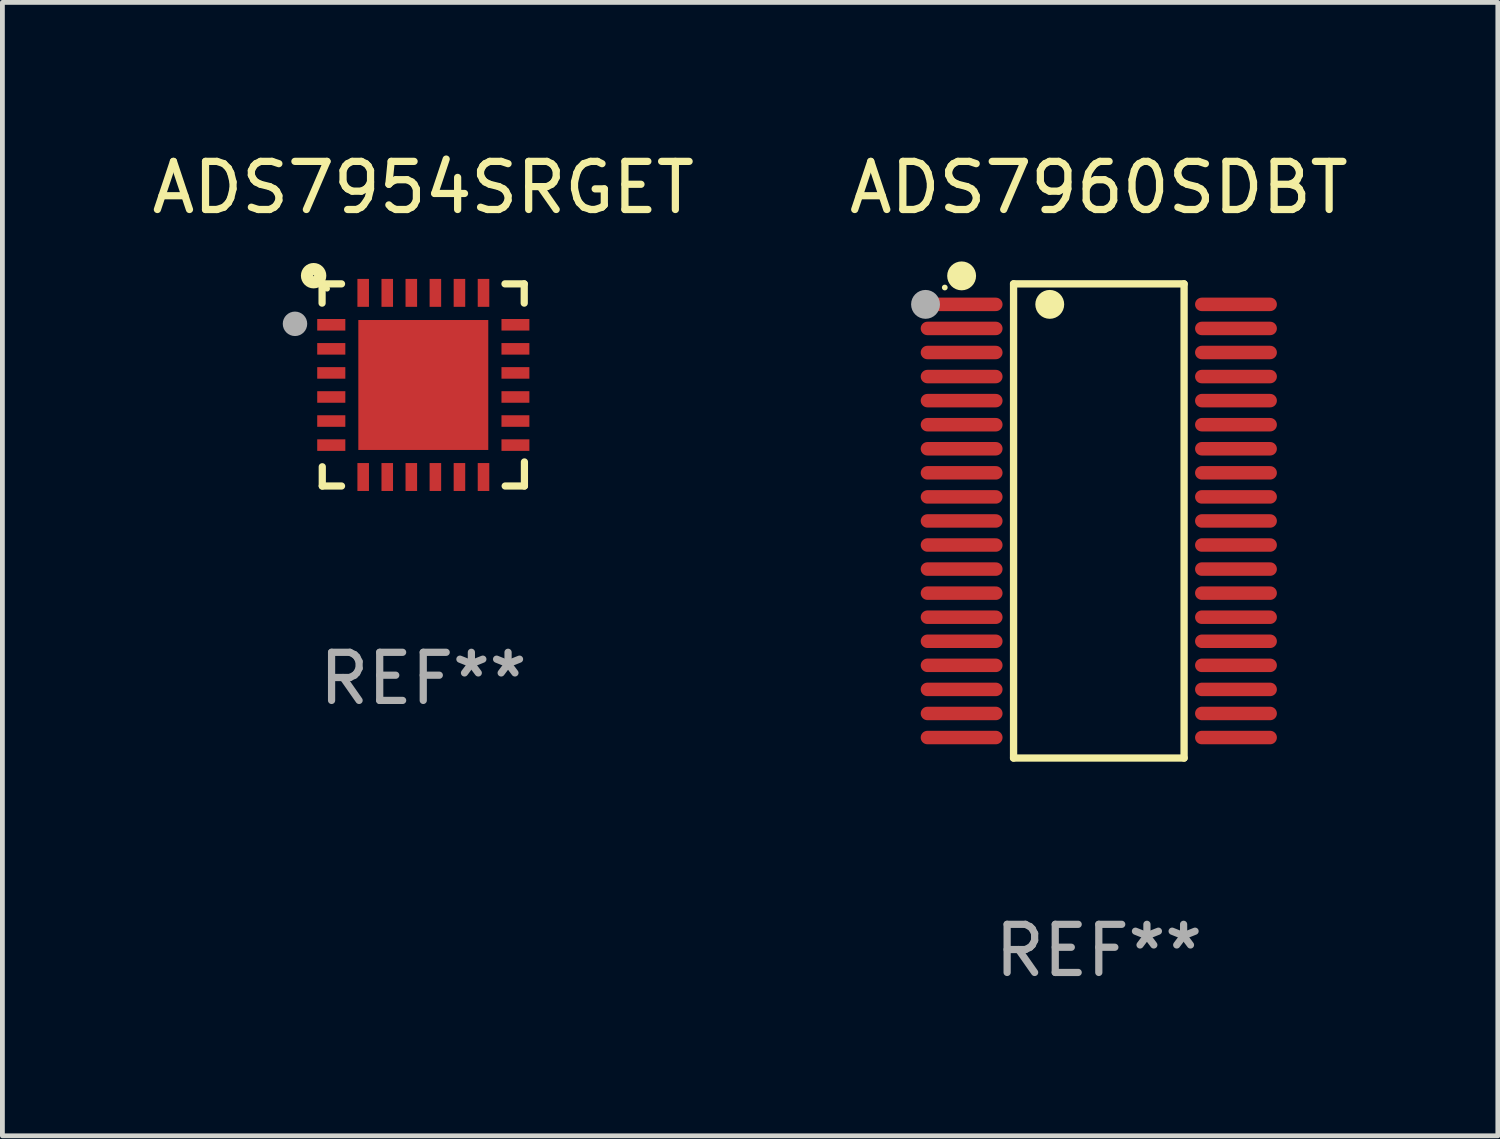
<source format=kicad_pcb>
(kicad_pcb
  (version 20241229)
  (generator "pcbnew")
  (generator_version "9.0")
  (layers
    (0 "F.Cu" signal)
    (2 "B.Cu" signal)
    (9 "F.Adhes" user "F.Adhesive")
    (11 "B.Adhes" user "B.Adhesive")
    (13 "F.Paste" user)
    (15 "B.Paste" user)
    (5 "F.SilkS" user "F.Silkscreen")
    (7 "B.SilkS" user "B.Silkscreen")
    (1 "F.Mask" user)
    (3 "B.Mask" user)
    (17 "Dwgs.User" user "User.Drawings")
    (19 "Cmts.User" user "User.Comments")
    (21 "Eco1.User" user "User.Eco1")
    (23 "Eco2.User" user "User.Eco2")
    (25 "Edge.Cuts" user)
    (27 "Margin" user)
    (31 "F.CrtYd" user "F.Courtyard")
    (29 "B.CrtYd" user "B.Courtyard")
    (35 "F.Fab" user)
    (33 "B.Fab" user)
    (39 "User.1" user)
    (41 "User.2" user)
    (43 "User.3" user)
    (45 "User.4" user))
  (footprint "ADS7954SRGET"
    (layer "F.Cu")
    (at 5.744 4.948)
    (property "Reference" "ADS7954SRGET" (at 0 -4.1 0) (layer "F.SilkS") (effects (font (size 1 1) (thickness 0.15))))
    (attr through_hole)
    (fp_line (start -2.102 -2.1) (end -1.698 -2.1) (stroke (width 0.15) (type solid)) (layer "F.SilkS"))
    (fp_line (start -2.102 -1.7) (end -2.102 -2.1) (stroke (width 0.15) (type solid)) (layer "F.SilkS"))
    (fp_line (start -2.098 1.7) (end -2.098 2.1) (stroke (width 0.15) (type solid)) (layer "F.SilkS"))
    (fp_line (start -2.098 2.1) (end -1.698 2.1) (stroke (width 0.15) (type solid)) (layer "F.SilkS"))
    (fp_line (start 1.698 -2.1) (end 2.098 -2.1) (stroke (width 0.15) (type solid)) (layer "F.SilkS"))
    (fp_line (start 2.098 -2.1) (end 2.098 -1.7) (stroke (width 0.15) (type solid)) (layer "F.SilkS"))
    (fp_line (start 2.102 1.6) (end 2.102 2.1) (stroke (width 0.15) (type solid)) (layer "F.SilkS"))
    (fp_line (start 2.102 2.1) (end 1.702 2.1) (stroke (width 0.15) (type solid)) (layer "F.SilkS"))
    (fp_circle (center -2.278 -2.27) (end -2.268 -2.27) (stroke (width 0.254) (type solid)) (fill no) (layer "F.SilkS"))
    (fp_circle (center -1.998 -2) (end -1.968 -2) (stroke (width 0.06) (type solid)) (fill no) (layer "F.SilkS"))
    (fp_circle (center -2.665 -1.27) (end -2.538 -1.27) (stroke (width 0.254) (type solid)) (fill no) (layer "F.Fab"))
    (fp_text user "REF**" (at 0 6.1 0) (layer "F.Fab") (effects (font (size 1 1) (thickness 0.15))))
    (pad "1" smd rect (at -1.911 -1.25) (size 0.584 0.24) (layers "F.Cu" "F.Mask" "F.Paste"))
    (pad "2" smd rect (at -1.911 -0.75) (size 0.584 0.24) (layers "F.Cu" "F.Mask" "F.Paste"))
    (pad "3" smd rect (at -1.911 -0.25) (size 0.584 0.24) (layers "F.Cu" "F.Mask" "F.Paste"))
    (pad "4" smd rect (at -1.911 0.25) (size 0.584 0.24) (layers "F.Cu" "F.Mask" "F.Paste"))
    (pad "5" smd rect (at -1.911 0.75) (size 0.584 0.24) (layers "F.Cu" "F.Mask" "F.Paste"))
    (pad "6" smd rect (at -1.911 1.25) (size 0.584 0.24) (layers "F.Cu" "F.Mask" "F.Paste"))
    (pad "7" smd rect (at -1.248 1.913) (size 0.24 0.58) (layers "F.Cu" "F.Mask" "F.Paste"))
    (pad "8" smd rect (at -0.748 1.913) (size 0.24 0.58) (layers "F.Cu" "F.Mask" "F.Paste"))
    (pad "9" smd rect (at -0.248 1.913) (size 0.24 0.58) (layers "F.Cu" "F.Mask" "F.Paste"))
    (pad "10" smd rect (at 0.252 1.913) (size 0.24 0.58) (layers "F.Cu" "F.Mask" "F.Paste"))
    (pad "11" smd rect (at 0.752 1.913) (size 0.24 0.58) (layers "F.Cu" "F.Mask" "F.Paste"))
    (pad "12" smd rect (at 1.252 1.913) (size 0.24 0.58) (layers "F.Cu" "F.Mask" "F.Paste"))
    (pad "13" smd rect (at 1.915 1.25) (size 0.58 0.24) (layers "F.Cu" "F.Mask" "F.Paste"))
    (pad "14" smd rect (at 1.915 0.75) (size 0.58 0.24) (layers "F.Cu" "F.Mask" "F.Paste"))
    (pad "15" smd rect (at 1.915 0.25) (size 0.58 0.24) (layers "F.Cu" "F.Mask" "F.Paste"))
    (pad "16" smd rect (at 1.915 -0.25) (size 0.58 0.24) (layers "F.Cu" "F.Mask" "F.Paste"))
    (pad "17" smd rect (at 1.915 -0.75) (size 0.58 0.24) (layers "F.Cu" "F.Mask" "F.Paste"))
    (pad "18" smd rect (at 1.915 -1.25) (size 0.58 0.24) (layers "F.Cu" "F.Mask" "F.Paste"))
    (pad "19" smd rect (at 1.252 -1.913) (size 0.24 0.58) (layers "F.Cu" "F.Mask" "F.Paste"))
    (pad "20" smd rect (at 0.752 -1.913) (size 0.24 0.58) (layers "F.Cu" "F.Mask" "F.Paste"))
    (pad "21" smd rect (at 0.252 -1.913) (size 0.24 0.58) (layers "F.Cu" "F.Mask" "F.Paste"))
    (pad "22" smd rect (at -0.248 -1.913) (size 0.24 0.58) (layers "F.Cu" "F.Mask" "F.Paste"))
    (pad "23" smd rect (at -0.748 -1.913) (size 0.24 0.58) (layers "F.Cu" "F.Mask" "F.Paste"))
    (pad "24" smd rect (at -1.248 -1.913) (size 0.24 0.58) (layers "F.Cu" "F.Mask" "F.Paste"))
    (pad "25" smd rect (at 0.001 0.001) (size 2.7 2.7) (layers "F.Cu" "F.Mask" "F.Paste")))
  (footprint "ADS7960SDBT"
    (layer "F.Cu")
    (at 19.78 7.774)
    (property "Reference" "ADS7960SDBT" (at 0 -6.926 0) (layer "F.SilkS") (effects (font (size 1 1) (thickness 0.15))))
    (attr through_hole)
    (fp_line (start -1.771 -4.926) (end 1.772 -4.926) (stroke (width 0.152) (type solid)) (layer "F.SilkS"))
    (fp_line (start -1.771 4.926) (end -1.771 -4.926) (stroke (width 0.152) (type solid)) (layer "F.SilkS"))
    (fp_line (start 1.772 -4.926) (end 1.772 4.926) (stroke (width 0.152) (type solid)) (layer "F.SilkS"))
    (fp_line (start 1.772 4.926) (end -1.771 4.926) (stroke (width 0.152) (type solid)) (layer "F.SilkS"))
    (fp_circle (center -3.2 -4.85) (end -3.17 -4.85) (stroke (width 0.06) (type solid)) (fill no) (layer "F.SilkS"))
    (fp_circle (center -2.85 -5.092) (end -2.7 -5.092) (stroke (width 0.3) (type solid)) (fill no) (layer "F.SilkS"))
    (fp_circle (center -1.019 -4.5) (end -0.869 -4.5) (stroke (width 0.3) (type solid)) (fill no) (layer "F.SilkS"))
    (fp_circle (center -3.6 -4.5) (end -3.45 -4.5) (stroke (width 0.3) (type solid)) (fill no) (layer "F.Fab"))
    (fp_text user "REF**" (at 0 8.926 0) (layer "F.Fab") (effects (font (size 1 1) (thickness 0.15))))
    (pad "1" smd oval (at -2.85 -4.5 270) (size 0.28 1.7) (layers "F.Cu" "F.Mask" "F.Paste"))
    (pad "2" smd oval (at -2.85 -4 270) (size 0.28 1.7) (layers "F.Cu" "F.Mask" "F.Paste"))
    (pad "3" smd oval (at -2.85 -3.5 270) (size 0.28 1.7) (layers "F.Cu" "F.Mask" "F.Paste"))
    (pad "4" smd oval (at -2.85 -3 270) (size 0.28 1.7) (layers "F.Cu" "F.Mask" "F.Paste"))
    (pad "5" smd oval (at -2.85 -2.5 270) (size 0.28 1.7) (layers "F.Cu" "F.Mask" "F.Paste"))
    (pad "6" smd oval (at -2.85 -2 270) (size 0.28 1.7) (layers "F.Cu" "F.Mask" "F.Paste"))
    (pad "7" smd oval (at -2.85 -1.5 270) (size 0.28 1.7) (layers "F.Cu" "F.Mask" "F.Paste"))
    (pad "8" smd oval (at -2.85 -1 270) (size 0.28 1.7) (layers "F.Cu" "F.Mask" "F.Paste"))
    (pad "9" smd oval (at -2.85 -0.5 270) (size 0.28 1.7) (layers "F.Cu" "F.Mask" "F.Paste"))
    (pad "10" smd oval (at -2.85 0.000051 270) (size 0.28 1.7) (layers "F.Cu" "F.Mask" "F.Paste"))
    (pad "11" smd oval (at -2.85 0.5 270) (size 0.28 1.7) (layers "F.Cu" "F.Mask" "F.Paste"))
    (pad "12" smd oval (at -2.85 1 270) (size 0.28 1.7) (layers "F.Cu" "F.Mask" "F.Paste"))
    (pad "13" smd oval (at -2.85 1.5 270) (size 0.28 1.7) (layers "F.Cu" "F.Mask" "F.Paste"))
    (pad "14" smd oval (at -2.85 2 270) (size 0.28 1.7) (layers "F.Cu" "F.Mask" "F.Paste"))
    (pad "15" smd oval (at -2.85 2.5 270) (size 0.28 1.7) (layers "F.Cu" "F.Mask" "F.Paste"))
    (pad "16" smd oval (at -2.85 3 270) (size 0.28 1.7) (layers "F.Cu" "F.Mask" "F.Paste"))
    (pad "17" smd oval (at -2.85 3.5 270) (size 0.28 1.7) (layers "F.Cu" "F.Mask" "F.Paste"))
    (pad "18" smd oval (at -2.85 4 270) (size 0.28 1.7) (layers "F.Cu" "F.Mask" "F.Paste"))
    (pad "19" smd oval (at -2.85 4.5 270) (size 0.28 1.7) (layers "F.Cu" "F.Mask" "F.Paste"))
    (pad "20" smd oval (at 2.85 4.5 270) (size 0.28 1.7) (layers "F.Cu" "F.Mask" "F.Paste"))
    (pad "21" smd oval (at 2.85 4 270) (size 0.28 1.7) (layers "F.Cu" "F.Mask" "F.Paste"))
    (pad "22" smd oval (at 2.85 3.5 270) (size 0.28 1.7) (layers "F.Cu" "F.Mask" "F.Paste"))
    (pad "23" smd oval (at 2.85 3 270) (size 0.28 1.7) (layers "F.Cu" "F.Mask" "F.Paste"))
    (pad "24" smd oval (at 2.85 2.5 270) (size 0.28 1.7) (layers "F.Cu" "F.Mask" "F.Paste"))
    (pad "25" smd oval (at 2.85 2 270) (size 0.28 1.7) (layers "F.Cu" "F.Mask" "F.Paste"))
    (pad "26" smd oval (at 2.85 1.5 270) (size 0.28 1.7) (layers "F.Cu" "F.Mask" "F.Paste"))
    (pad "27" smd oval (at 2.85 1 270) (size 0.28 1.7) (layers "F.Cu" "F.Mask" "F.Paste"))
    (pad "28" smd oval (at 2.85 0.5 270) (size 0.28 1.7) (layers "F.Cu" "F.Mask" "F.Paste"))
    (pad "29" smd oval (at 2.85 0.000051 270) (size 0.28 1.7) (layers "F.Cu" "F.Mask" "F.Paste"))
    (pad "30" smd oval (at 2.85 -0.5 270) (size 0.28 1.7) (layers "F.Cu" "F.Mask" "F.Paste"))
    (pad "31" smd oval (at 2.85 -1 270) (size 0.28 1.7) (layers "F.Cu" "F.Mask" "F.Paste"))
    (pad "32" smd oval (at 2.85 -1.5 270) (size 0.28 1.7) (layers "F.Cu" "F.Mask" "F.Paste"))
    (pad "33" smd oval (at 2.85 -2 270) (size 0.28 1.7) (layers "F.Cu" "F.Mask" "F.Paste"))
    (pad "34" smd oval (at 2.85 -2.5 270) (size 0.28 1.7) (layers "F.Cu" "F.Mask" "F.Paste"))
    (pad "35" smd oval (at 2.85 -3 270) (size 0.28 1.7) (layers "F.Cu" "F.Mask" "F.Paste"))
    (pad "36" smd oval (at 2.85 -3.5 270) (size 0.28 1.7) (layers "F.Cu" "F.Mask" "F.Paste"))
    (pad "37" smd oval (at 2.85 -4 270) (size 0.28 1.7) (layers "F.Cu" "F.Mask" "F.Paste"))
    (pad "38" smd oval (at 2.85 -4.5 270) (size 0.28 1.7) (layers "F.Cu" "F.Mask" "F.Paste")))
  (gr_rect
    (start -3 -3)
    (end 28.071 20.549)
    (stroke (width 0.1) (type default))
    (fill no)
    (layer "Edge.Cuts")))
</source>
